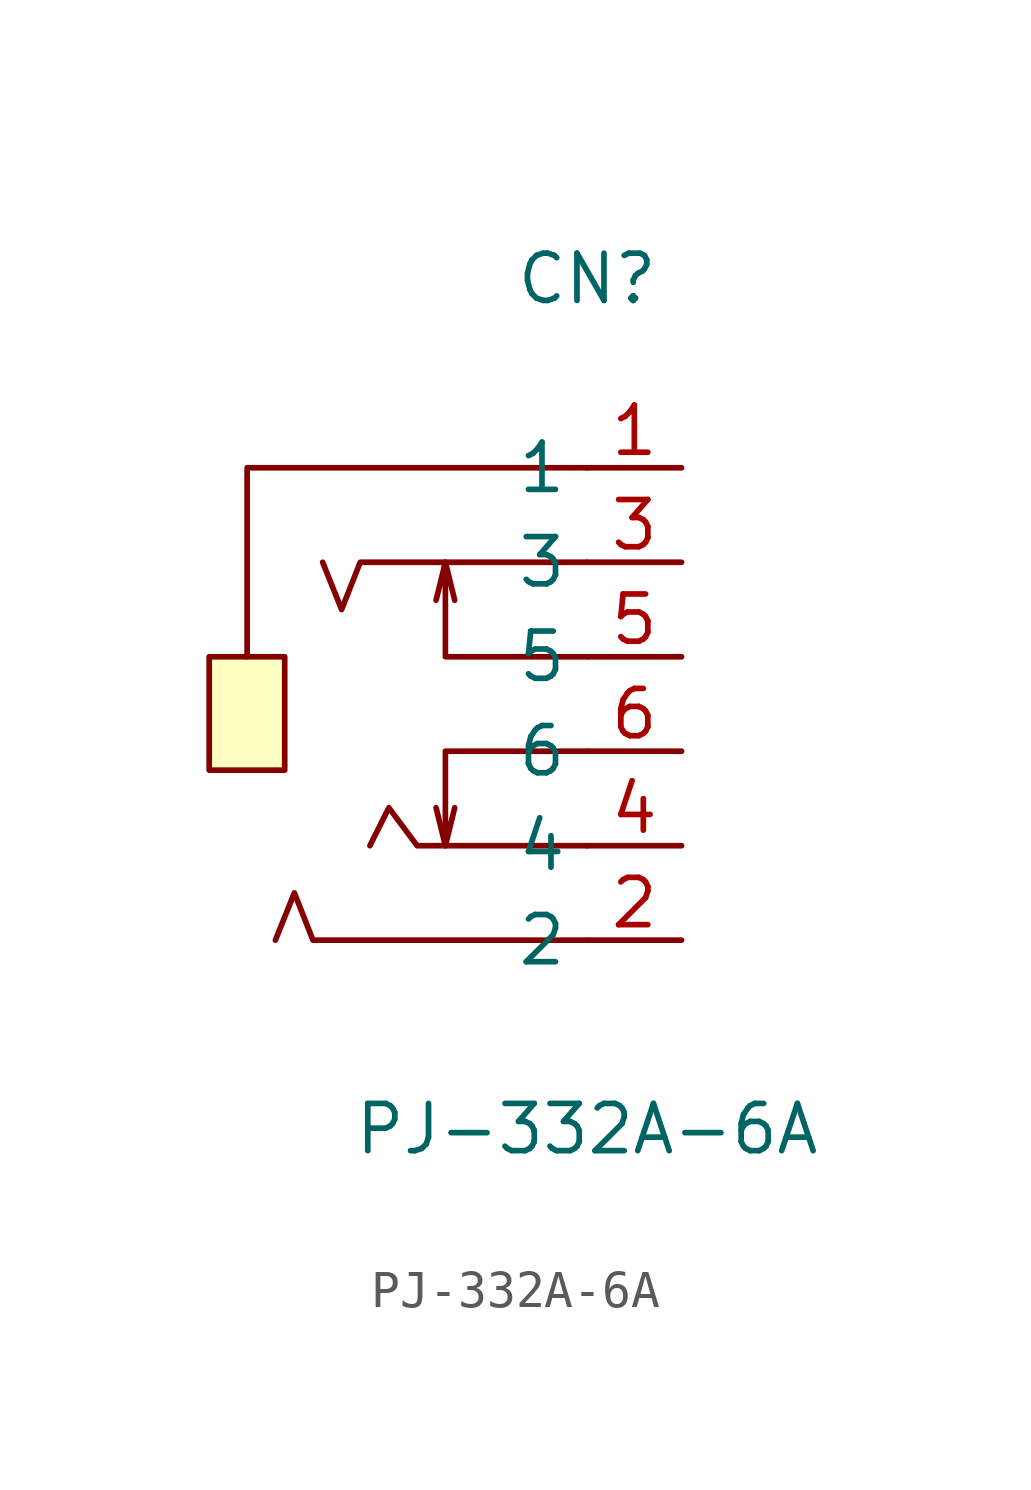
<source format=kicad_sym>
(kicad_symbol_lib
  (version 20211014)
  (generator https://github.com/uPesy/easyeda2kicad.py)
  (symbol "PJ-332A-6A"
    (property "Reference" "CN"
      (at 0 12.70 0)
      (effects (font (size 1.27 1.27))))
    (property "Value" "PJ-332A-6A"
      (at 0 -10.16 0)
      (effects (font (size 1.27 1.27))))
    (symbol "PJ-332A-6A_0_1"
      (rectangle (start -10.16 2.54) (end -8.13 -0.51) (stroke (width 0) (type default) (color 0 0 0 0)) (fill (type background)))
      (polyline (pts (xy 0.00 7.62) (xy -9.14 7.62) (xy -9.14 2.54)) (stroke (width 0) (type default) (color 0 0 0 0)) (fill (type none)))
      (polyline (pts (xy 0.00 5.08) (xy -6.10 5.08) (xy -6.60 3.81) (xy -7.11 5.08)) (stroke (width 0) (type default) (color 0 0 0 0)) (fill (type none)))
      (polyline (pts (xy 0.00 2.54) (xy -3.81 2.54) (xy -3.81 5.08) (xy -4.06 4.06)) (stroke (width 0) (type default) (color 0 0 0 0)) (fill (type none)))
      (polyline (pts (xy -3.81 5.08) (xy -3.56 4.06)) (stroke (width 0) (type default) (color 0 0 0 0)) (fill (type none)))
      (polyline (pts (xy 0.00 -2.54) (xy -4.57 -2.54) (xy -5.33 -1.52) (xy -5.84 -2.54)) (stroke (width 0) (type default) (color 0 0 0 0)) (fill (type none)))
      (polyline (pts (xy 0.00 -0.00) (xy -3.81 -0.00) (xy -3.81 -2.54) (xy -3.56 -1.52)) (stroke (width 0) (type default) (color 0 0 0 0)) (fill (type none)))
      (polyline (pts (xy -3.81 -2.54) (xy -4.06 -1.52)) (stroke (width 0) (type default) (color 0 0 0 0)) (fill (type none)))
      (polyline (pts (xy 0.00 -5.08) (xy -7.37 -5.08) (xy -7.87 -3.81) (xy -8.38 -5.08)) (stroke (width 0) (type default) (color 0 0 0 0)) (fill (type none)))
      (pin unspecified line (at 2.54 7.62 180) (length 2.54) (name "1" (effects (font (size 1.27 1.27)))) (number "1" (effects (font (size 1.27 1.27)))))
      (pin unspecified line (at 2.54 -5.08 180) (length 2.54) (name "2" (effects (font (size 1.27 1.27)))) (number "2" (effects (font (size 1.27 1.27)))))
      (pin unspecified line (at 2.54 5.08 180) (length 2.54) (name "3" (effects (font (size 1.27 1.27)))) (number "3" (effects (font (size 1.27 1.27)))))
      (pin unspecified line (at 2.54 -2.54 180) (length 2.54) (name "4" (effects (font (size 1.27 1.27)))) (number "4" (effects (font (size 1.27 1.27)))))
      (pin unspecified line (at 2.54 2.54 180) (length 2.54) (name "5" (effects (font (size 1.27 1.27)))) (number "5" (effects (font (size 1.27 1.27)))))
      (pin unspecified line (at 2.54 -0.00 180) (length 2.54) (name "6" (effects (font (size 1.27 1.27)))) (number "6" (effects (font (size 1.27 1.27))))))))
</source>
